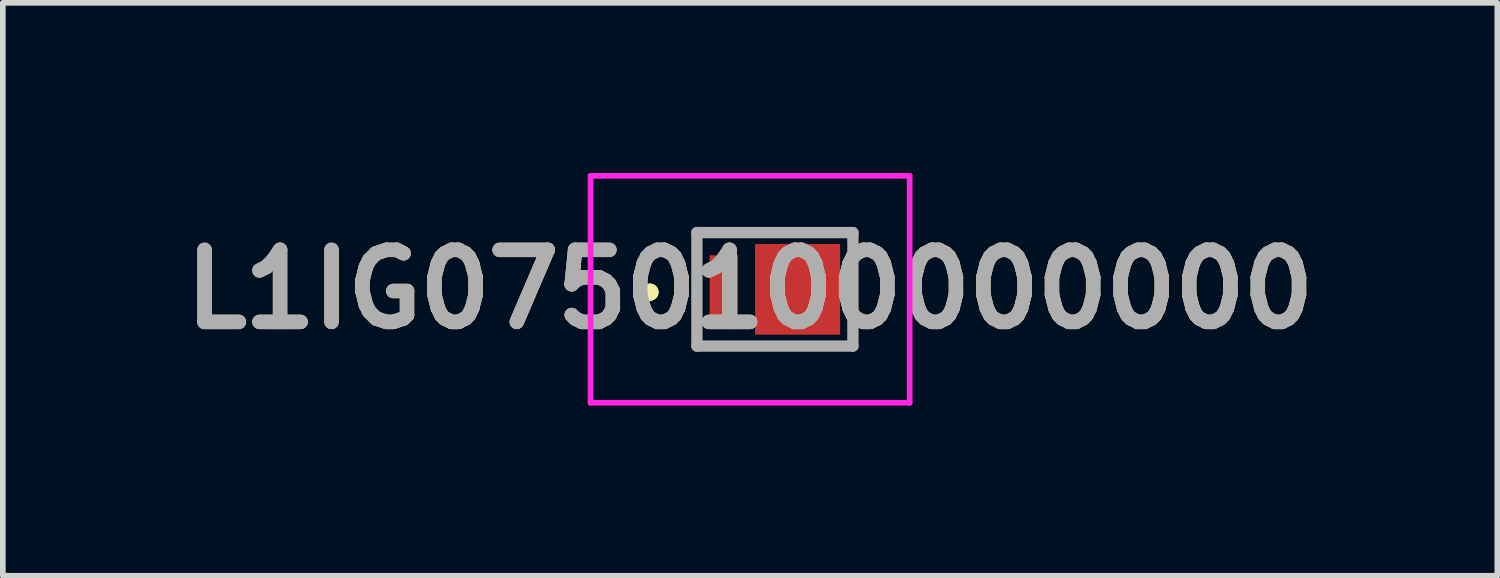
<source format=kicad_pcb>
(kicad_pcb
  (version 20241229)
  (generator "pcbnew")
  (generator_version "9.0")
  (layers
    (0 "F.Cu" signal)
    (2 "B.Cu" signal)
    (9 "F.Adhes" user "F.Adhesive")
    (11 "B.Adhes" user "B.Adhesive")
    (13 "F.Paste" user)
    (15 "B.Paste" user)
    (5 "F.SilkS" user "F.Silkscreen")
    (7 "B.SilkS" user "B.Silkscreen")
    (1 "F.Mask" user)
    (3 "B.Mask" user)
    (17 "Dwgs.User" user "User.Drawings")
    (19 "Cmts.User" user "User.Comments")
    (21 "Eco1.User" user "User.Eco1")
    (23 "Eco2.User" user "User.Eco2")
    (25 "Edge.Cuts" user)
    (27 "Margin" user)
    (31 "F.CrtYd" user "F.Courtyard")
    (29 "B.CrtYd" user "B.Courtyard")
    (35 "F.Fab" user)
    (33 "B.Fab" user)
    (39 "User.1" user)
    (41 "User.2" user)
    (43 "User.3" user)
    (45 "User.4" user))
  (footprint "L1IG0750100000000"
    (layer "F.Cu")
    (at 10.61 2.05)
    (property "Reference" "L1IG0750100000000" (at -0.438 0 0) (layer "F.SilkS") (effects (font (size 1.27 1.27) (thickness 0.254))))
    (attr smd)
    (fp_line (start -2.2 0) (end -2.2 0) (stroke (width 0.2) (type solid)) (layer "F.SilkS"))
    (fp_line (start -2.2 0.1) (end -2.2 0.1) (stroke (width 0.2) (type solid)) (layer "F.SilkS"))
    (fp_line (start -2.2 0.1) (end -2.2 0.1) (stroke (width 0.2) (type solid)) (layer "F.SilkS"))
    (fp_arc (start -2.2 0) (mid -2.15 0.05) (end -2.2 0.1) (stroke (width 0.2) (type solid)) (layer "F.SilkS"))
    (fp_arc (start -2.2 0) (mid -2.15 0.05) (end -2.2 0.1) (stroke (width 0.2) (type solid)) (layer "F.SilkS"))
    (fp_arc (start -2.2 0.1) (mid -2.25 0.05) (end -2.2 0) (stroke (width 0.2) (type solid)) (layer "F.SilkS"))
    (fp_line (start -3.25 -2) (end 2.375 -2) (stroke (width 0.1) (type solid)) (layer "F.CrtYd"))
    (fp_line (start -3.25 2) (end -3.25 -2) (stroke (width 0.1) (type solid)) (layer "F.CrtYd"))
    (fp_line (start 2.375 -2) (end 2.375 2) (stroke (width 0.1) (type solid)) (layer "F.CrtYd"))
    (fp_line (start 2.375 2) (end -3.25 2) (stroke (width 0.1) (type solid)) (layer "F.CrtYd"))
    (fp_line (start -1.375 -1) (end -1.375 1) (stroke (width 0.2) (type solid)) (layer "F.Fab"))
    (fp_line (start -1.375 1) (end 1.375 1) (stroke (width 0.2) (type solid)) (layer "F.Fab"))
    (fp_line (start 1.375 -1) (end -1.375 -1) (stroke (width 0.2) (type solid)) (layer "F.Fab"))
    (fp_line (start 1.375 1) (end 1.375 -1) (stroke (width 0.2) (type solid)) (layer "F.Fab"))
    (fp_text user "${REFERENCE}" (at -0.438 0 0) (layer "F.Fab") (effects (font (size 1.27 1.27) (thickness 0.254))))
    (pad "1" smd rect (at -0.9 0) (size 0.5 1.2) (layers "F.Cu" "F.Mask" "F.Paste"))
    (pad "2" smd rect (at 0.4 0) (size 1.5 1.6) (layers "F.Cu" "F.Mask" "F.Paste")))
  (gr_rect
    (start -3 -3)
    (end 23.344 7.1)
    (stroke (width 0.1) (type default))
    (fill no)
    (layer "Edge.Cuts")))
</source>
